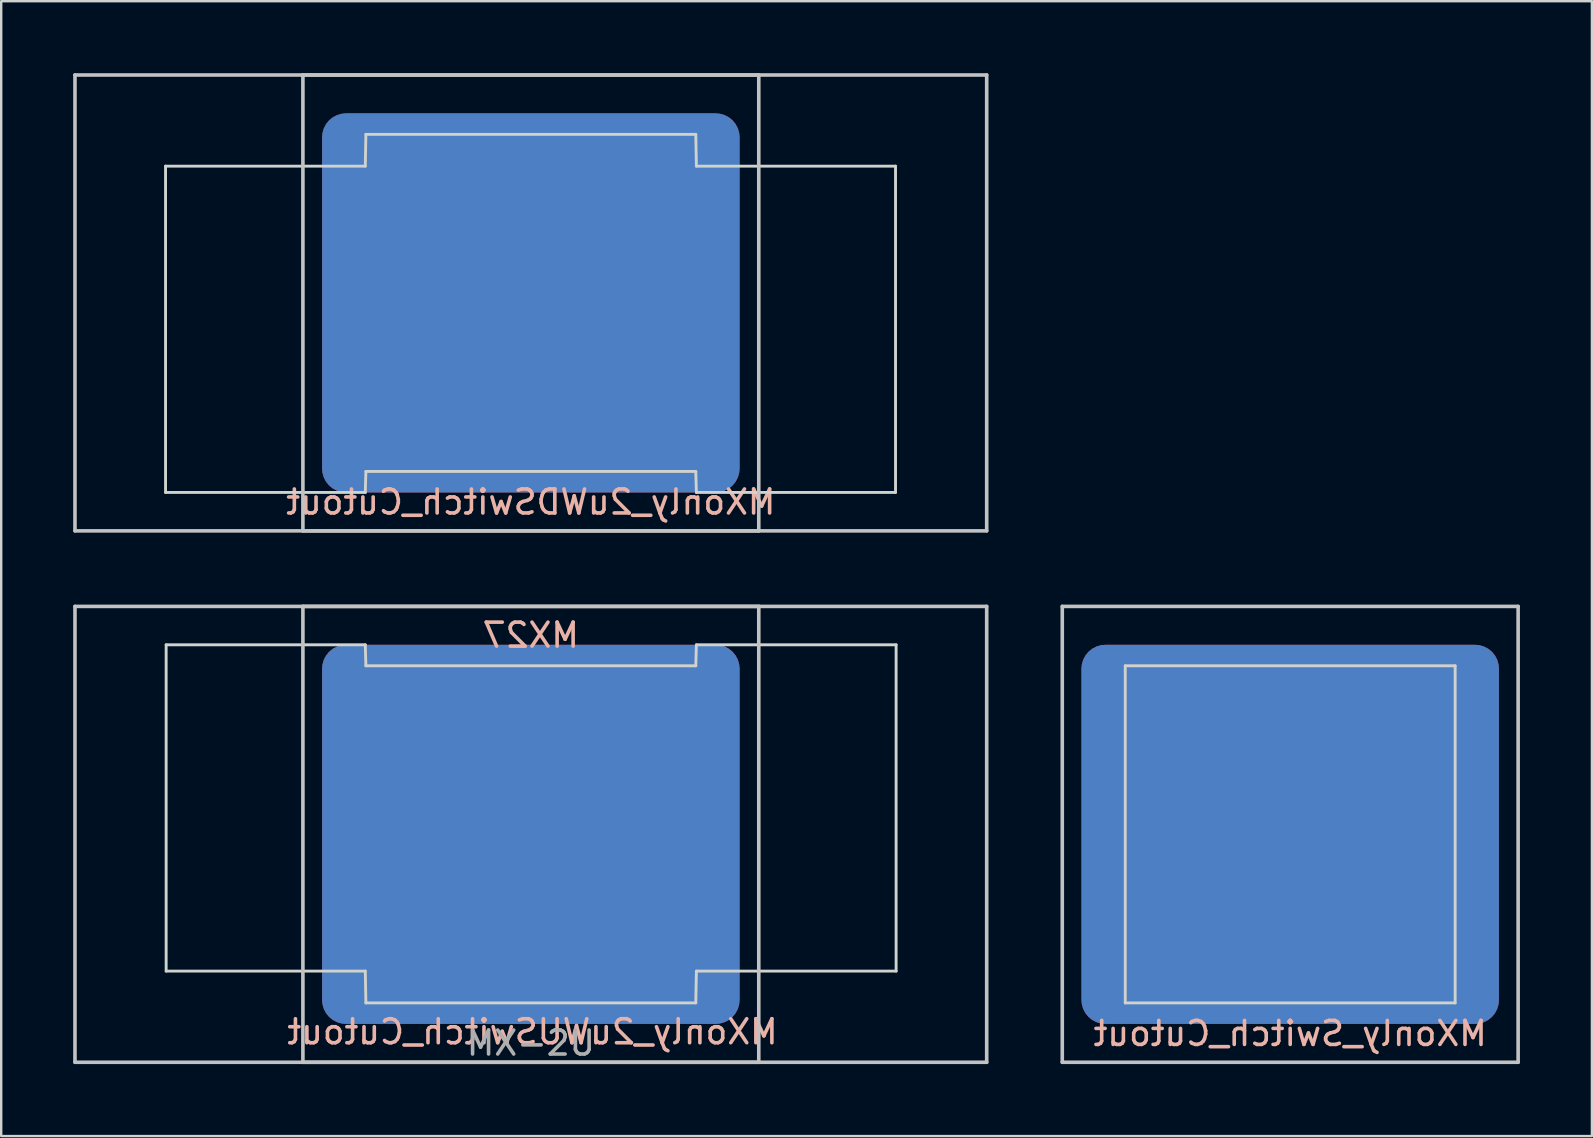
<source format=kicad_pcb>
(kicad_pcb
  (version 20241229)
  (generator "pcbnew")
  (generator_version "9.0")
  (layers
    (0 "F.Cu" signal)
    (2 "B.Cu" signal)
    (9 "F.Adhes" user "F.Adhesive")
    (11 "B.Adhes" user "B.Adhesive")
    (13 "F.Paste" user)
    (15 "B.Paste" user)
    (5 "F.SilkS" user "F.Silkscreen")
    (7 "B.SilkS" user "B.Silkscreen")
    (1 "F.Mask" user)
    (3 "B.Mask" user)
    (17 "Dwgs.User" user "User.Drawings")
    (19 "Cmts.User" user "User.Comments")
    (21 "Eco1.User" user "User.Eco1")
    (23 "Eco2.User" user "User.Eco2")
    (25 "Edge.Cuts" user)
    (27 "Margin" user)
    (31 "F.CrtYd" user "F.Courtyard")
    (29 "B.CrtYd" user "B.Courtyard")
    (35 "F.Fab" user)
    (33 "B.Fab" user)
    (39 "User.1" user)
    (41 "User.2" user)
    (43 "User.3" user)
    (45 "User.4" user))
  (footprint "MXonly_2uWUSwitch_Cutout"
    (layer "F.Cu")
    (at 19.745 31.055)
    (property "Reference" "MXonly_2uWUSwitch_Cutout" (at -0.6 8.9 0) (layer "B.SilkS") (effects (font (size 1 1) (thickness 0.15)) (justify mirror)))
    (attr through_hole)
    (fp_line (start -19.67 -8.83) (end 18.33 -8.83) (stroke (width 0.15) (type solid)) (layer "Dwgs.User"))
    (fp_line (start -19.67 10.17) (end -19.67 -8.83) (stroke (width 0.15) (type solid)) (layer "Dwgs.User"))
    (fp_line (start -10.17 -8.83) (end 8.83 -8.83) (stroke (width 0.15) (type solid)) (layer "Dwgs.User"))
    (fp_line (start -10.17 10.17) (end -10.17 -8.83) (stroke (width 0.15) (type solid)) (layer "Dwgs.User"))
    (fp_line (start 8.83 -8.83) (end 8.83 10.17) (stroke (width 0.15) (type solid)) (layer "Dwgs.User"))
    (fp_line (start 8.83 10.17) (end -10.17 10.17) (stroke (width 0.15) (type solid)) (layer "Dwgs.User"))
    (fp_line (start 18.33 -8.83) (end 18.33 10.17) (stroke (width 0.15) (type solid)) (layer "Dwgs.User"))
    (fp_line (start 18.33 10.17) (end -19.67 10.17) (stroke (width 0.15) (type solid)) (layer "Dwgs.User"))
    (fp_line (start -15.87 -7.23) (end -7.57 -7.23) (stroke (width 0.12) (type solid)) (layer "Edge.Cuts"))
    (fp_line (start -15.87 6.37) (end -15.87 -7.23) (stroke (width 0.12) (type solid)) (layer "Edge.Cuts"))
    (fp_line (start -7.57 6.37) (end -15.87 6.37) (stroke (width 0.12) (type solid)) (layer "Edge.Cuts"))
    (fp_line (start -7.57 6.37) (end -7.545 7.695) (stroke (width 0.12) (type solid)) (layer "Edge.Cuts"))
    (fp_line (start -7.545 -6.355) (end -7.57 -7.23) (stroke (width 0.12) (type solid)) (layer "Edge.Cuts"))
    (fp_line (start -7.545 -6.355) (end 6.205 -6.355) (stroke (width 0.12) (type solid)) (layer "Edge.Cuts"))
    (fp_line (start 6.205 7.695) (end -7.545 7.695) (stroke (width 0.12) (type solid)) (layer "Edge.Cuts"))
    (fp_line (start 6.23 -7.23) (end 6.205 -6.355) (stroke (width 0.12) (type solid)) (layer "Edge.Cuts"))
    (fp_line (start 6.23 -7.23) (end 14.555 -7.23) (stroke (width 0.12) (type solid)) (layer "Edge.Cuts"))
    (fp_line (start 6.23 6.37) (end 6.205 7.695) (stroke (width 0.12) (type solid)) (layer "Edge.Cuts"))
    (fp_line (start 14.555 -7.23) (end 14.555 6.37) (stroke (width 0.12) (type solid)) (layer "Edge.Cuts"))
    (fp_line (start 14.555 6.37) (end 6.23 6.37) (stroke (width 0.12) (type solid)) (layer "Edge.Cuts"))
    (fp_text user "MX27" (at -0.67 -7.63 180) (layer "B.SilkS") (effects (font (size 1 1) (thickness 0.15)) (justify mirror)))
    (fp_text user "MX-2U" (at -0.67 9.37 180) (layer "F.Fab") (effects (font (size 1 1) (thickness 0.15))))
    (pad "1" smd roundrect (at -0.67 0.67) (size 17.4 15.8) (layers "F.Cu" "F.Mask") (roundrect_rratio 0.063))
    (pad "1" smd roundrect (at -0.67 0.67) (size 17.4 15.8) (layers "B.Cu" "B.Mask") (roundrect_rratio 0.063)))
  (footprint "MXonly_2uWDSwitch_Cutout"
    (layer "F.Cu")
    (at 19.675 8.975)
    (property "Reference" "MXonly_2uWDSwitch_Cutout" (at -0.6 8.9 0) (layer "B.SilkS") (effects (font (size 1 1) (thickness 0.15)) (justify mirror)))
    (attr through_hole)
    (fp_line (start -19.6 -8.9) (end 18.4 -8.9) (stroke (width 0.15) (type solid)) (layer "Dwgs.User"))
    (fp_line (start -19.6 10.1) (end -19.6 -8.9) (stroke (width 0.15) (type solid)) (layer "Dwgs.User"))
    (fp_line (start -10.1 -8.9) (end 8.9 -8.9) (stroke (width 0.15) (type solid)) (layer "Dwgs.User"))
    (fp_line (start -10.1 10.1) (end -10.1 -8.9) (stroke (width 0.15) (type solid)) (layer "Dwgs.User"))
    (fp_line (start 8.9 -8.9) (end 8.9 10.1) (stroke (width 0.15) (type solid)) (layer "Dwgs.User"))
    (fp_line (start 8.9 10.1) (end -10.1 10.1) (stroke (width 0.15) (type solid)) (layer "Dwgs.User"))
    (fp_line (start 18.4 -8.9) (end 18.4 10.1) (stroke (width 0.15) (type solid)) (layer "Dwgs.User"))
    (fp_line (start 18.4 10.1) (end -19.6 10.1) (stroke (width 0.15) (type solid)) (layer "Dwgs.User"))
    (fp_line (start -15.825 -5.1) (end -7.5 -5.1) (stroke (width 0.12) (type solid)) (layer "Edge.Cuts"))
    (fp_line (start -15.825 8.5) (end -15.825 -5.1) (stroke (width 0.12) (type solid)) (layer "Edge.Cuts"))
    (fp_line (start -7.5 -5.1) (end -7.475 -6.425) (stroke (width 0.12) (type solid)) (layer "Edge.Cuts"))
    (fp_line (start -7.5 8.5) (end -15.825 8.5) (stroke (width 0.12) (type solid)) (layer "Edge.Cuts"))
    (fp_line (start -7.5 8.5) (end -7.475 7.625) (stroke (width 0.12) (type solid)) (layer "Edge.Cuts"))
    (fp_line (start -7.475 -6.425) (end 6.275 -6.425) (stroke (width 0.12) (type solid)) (layer "Edge.Cuts"))
    (fp_line (start 6.275 7.625) (end -7.475 7.625) (stroke (width 0.12) (type solid)) (layer "Edge.Cuts"))
    (fp_line (start 6.275 7.625) (end 6.3 8.5) (stroke (width 0.12) (type solid)) (layer "Edge.Cuts"))
    (fp_line (start 6.3 -5.1) (end 6.275 -6.425) (stroke (width 0.12) (type solid)) (layer "Edge.Cuts"))
    (fp_line (start 6.3 -5.1) (end 14.6 -5.1) (stroke (width 0.12) (type solid)) (layer "Edge.Cuts"))
    (fp_line (start 14.6 -5.1) (end 14.6 8.5) (stroke (width 0.12) (type solid)) (layer "Edge.Cuts"))
    (fp_line (start 14.6 8.5) (end 6.3 8.5) (stroke (width 0.12) (type solid)) (layer "Edge.Cuts"))
    (pad "1" smd roundrect (at -0.6 0.6 180) (size 17.4 15.8) (layers "F.Cu" "F.Mask") (roundrect_rratio 0.063))
    (pad "1" smd roundrect (at -0.6 0.6 180) (size 17.4 15.8) (layers "B.Cu" "B.Mask") (roundrect_rratio 0.063)))
  (footprint "MXonly_Switch_Cutout"
    (layer "F.Cu")
    (at 50.725 31.725)
    (property "Reference" "MXonly_Switch_Cutout" (at 0 8.3 0) (layer "B.SilkS") (effects (font (size 1 1) (thickness 0.15)) (justify mirror)))
    (attr through_hole)
    (fp_line (start -9.5 -9.5) (end 9.5 -9.5) (stroke (width 0.15) (type solid)) (layer "Dwgs.User"))
    (fp_line (start -9.5 9.5) (end -9.5 -9.5) (stroke (width 0.15) (type solid)) (layer "Dwgs.User"))
    (fp_line (start 9.5 -9.5) (end 9.5 9.5) (stroke (width 0.15) (type solid)) (layer "Dwgs.User"))
    (fp_line (start 9.5 9.5) (end -9.5 9.5) (stroke (width 0.15) (type solid)) (layer "Dwgs.User"))
    (fp_line (start -6.875 -7.025) (end 6.875 -7.025) (stroke (width 0.12) (type solid)) (layer "Edge.Cuts"))
    (fp_line (start -6.875 7.025) (end -6.875 -7.025) (stroke (width 0.12) (type solid)) (layer "Edge.Cuts"))
    (fp_line (start 6.875 -7.025) (end 6.875 7.025) (stroke (width 0.12) (type solid)) (layer "Edge.Cuts"))
    (fp_line (start 6.875 7.025) (end -6.875 7.025) (stroke (width 0.12) (type solid)) (layer "Edge.Cuts"))
    (pad "1" smd roundrect (at 0 0 180) (size 17.4 15.8) (layers "F.Cu" "F.Mask") (roundrect_rratio 0.063))
    (pad "1" smd roundrect (at 0 0 180) (size 17.4 15.8) (layers "B.Cu" "B.Mask") (roundrect_rratio 0.063)))
  (gr_rect
    (start -3 -3)
    (end 63.3 44.3)
    (stroke (width 0.1) (type default))
    (fill no)
    (layer "Edge.Cuts")))
</source>
